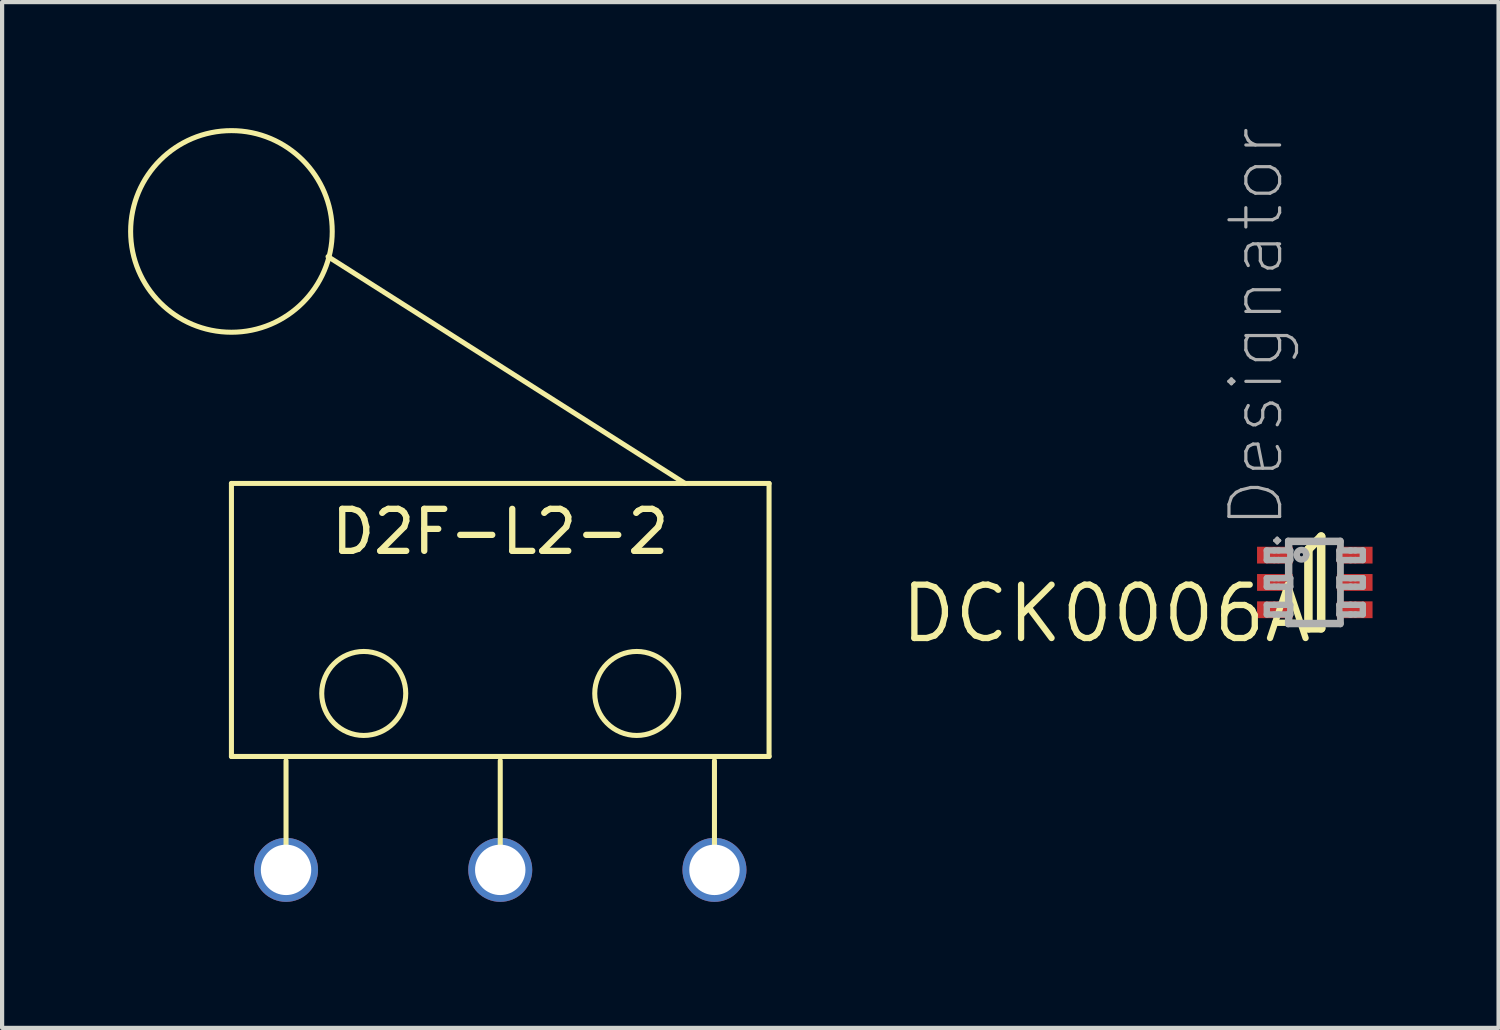
<source format=kicad_pcb>
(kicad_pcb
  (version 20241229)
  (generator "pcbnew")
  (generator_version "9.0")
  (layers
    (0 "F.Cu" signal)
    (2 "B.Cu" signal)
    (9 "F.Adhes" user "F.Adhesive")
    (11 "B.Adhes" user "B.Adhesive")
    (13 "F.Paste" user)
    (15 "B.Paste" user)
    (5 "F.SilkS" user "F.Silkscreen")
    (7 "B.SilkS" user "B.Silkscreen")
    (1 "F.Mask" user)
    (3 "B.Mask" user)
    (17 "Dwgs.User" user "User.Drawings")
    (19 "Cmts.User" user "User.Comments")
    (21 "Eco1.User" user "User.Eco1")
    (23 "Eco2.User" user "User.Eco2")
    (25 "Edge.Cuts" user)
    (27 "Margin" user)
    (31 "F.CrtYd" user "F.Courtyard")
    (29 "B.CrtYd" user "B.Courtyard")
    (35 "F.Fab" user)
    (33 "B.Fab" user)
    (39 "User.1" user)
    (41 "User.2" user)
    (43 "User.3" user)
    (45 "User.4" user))
  (footprint "DCK0006A"
    (layer "F.Cu")
    (at 28.253 10.817)
    (property "Reference" "DCK0006A" (at 0 0 0) (layer "F.SilkS") (effects (font (size 1.27 1.27) (thickness 0.15)) (justify right top)))
    (attr through_hole)
    (fp_line (start -0.152 -0.787) (end 0.152 -1.092) (stroke (width 0.203) (type solid)) (layer "F.SilkS"))
    (fp_line (start -0.152 1.092) (end -0.152 -0.787) (stroke (width 0.203) (type solid)) (layer "F.SilkS"))
    (fp_line (start -0.152 1.092) (end 0.152 1.092) (stroke (width 0.203) (type solid)) (layer "F.SilkS"))
    (fp_line (start 0.152 1.092) (end 0.152 -1.092) (stroke (width 0.203) (type solid)) (layer "F.SilkS"))
    (fp_line (start -1.143 -0.762) (end -0.965 -0.762) (stroke (width 0.152) (type solid)) (layer "F.Fab"))
    (fp_line (start -1.143 -0.533) (end -1.143 -0.762) (stroke (width 0.152) (type solid)) (layer "F.Fab"))
    (fp_line (start -1.143 -0.533) (end -0.965 -0.533) (stroke (width 0.152) (type solid)) (layer "F.Fab"))
    (fp_line (start -1.143 -0.102) (end -0.965 -0.102) (stroke (width 0.152) (type solid)) (layer "F.Fab"))
    (fp_line (start -1.143 0.102) (end -1.143 -0.102) (stroke (width 0.152) (type solid)) (layer "F.Fab"))
    (fp_line (start -1.143 0.102) (end -0.965 0.102) (stroke (width 0.152) (type solid)) (layer "F.Fab"))
    (fp_line (start -1.143 0.533) (end -0.965 0.533) (stroke (width 0.152) (type solid)) (layer "F.Fab"))
    (fp_line (start -1.143 0.762) (end -1.143 0.533) (stroke (width 0.152) (type solid)) (layer "F.Fab"))
    (fp_line (start -1.143 0.762) (end -0.965 0.762) (stroke (width 0.152) (type solid)) (layer "F.Fab"))
    (fp_line (start -0.965 -0.762) (end -0.864 -0.762) (stroke (width 0.152) (type solid)) (layer "F.Fab"))
    (fp_line (start -0.965 -0.533) (end -0.864 -0.533) (stroke (width 0.152) (type solid)) (layer "F.Fab"))
    (fp_line (start -0.965 -0.102) (end -0.864 -0.102) (stroke (width 0.152) (type solid)) (layer "F.Fab"))
    (fp_line (start -0.965 0.102) (end -0.864 0.102) (stroke (width 0.152) (type solid)) (layer "F.Fab"))
    (fp_line (start -0.965 0.533) (end -0.864 0.533) (stroke (width 0.152) (type solid)) (layer "F.Fab"))
    (fp_line (start -0.965 0.762) (end -0.864 0.762) (stroke (width 0.152) (type solid)) (layer "F.Fab"))
    (fp_line (start -0.864 -0.762) (end -0.635 -0.762) (stroke (width 0.152) (type solid)) (layer "F.Fab"))
    (fp_line (start -0.864 -0.533) (end -0.635 -0.533) (stroke (width 0.152) (type solid)) (layer "F.Fab"))
    (fp_line (start -0.864 -0.102) (end -0.635 -0.102) (stroke (width 0.152) (type solid)) (layer "F.Fab"))
    (fp_line (start -0.864 0.102) (end -0.635 0.102) (stroke (width 0.152) (type solid)) (layer "F.Fab"))
    (fp_line (start -0.864 0.533) (end -0.635 0.533) (stroke (width 0.152) (type solid)) (layer "F.Fab"))
    (fp_line (start -0.864 0.762) (end -0.635 0.762) (stroke (width 0.152) (type solid)) (layer "F.Fab"))
    (fp_line (start -0.635 -0.991) (end 0.61 -0.991) (stroke (width 0.152) (type solid)) (layer "F.Fab"))
    (fp_line (start -0.635 -0.762) (end -0.635 -0.991) (stroke (width 0.152) (type solid)) (layer "F.Fab"))
    (fp_line (start -0.635 -0.762) (end -0.584 -0.762) (stroke (width 0.152) (type solid)) (layer "F.Fab"))
    (fp_line (start -0.635 -0.533) (end -0.584 -0.533) (stroke (width 0.152) (type solid)) (layer "F.Fab"))
    (fp_line (start -0.635 -0.102) (end -0.635 -0.533) (stroke (width 0.152) (type solid)) (layer "F.Fab"))
    (fp_line (start -0.635 -0.102) (end -0.584 -0.102) (stroke (width 0.152) (type solid)) (layer "F.Fab"))
    (fp_line (start -0.635 0.102) (end -0.584 0.102) (stroke (width 0.152) (type solid)) (layer "F.Fab"))
    (fp_line (start -0.635 0.533) (end -0.635 0.102) (stroke (width 0.152) (type solid)) (layer "F.Fab"))
    (fp_line (start -0.635 0.533) (end -0.584 0.533) (stroke (width 0.152) (type solid)) (layer "F.Fab"))
    (fp_line (start -0.635 0.762) (end -0.584 0.762) (stroke (width 0.152) (type solid)) (layer "F.Fab"))
    (fp_line (start -0.635 0.991) (end -0.635 0.762) (stroke (width 0.152) (type solid)) (layer "F.Fab"))
    (fp_line (start -0.635 0.991) (end 0.61 0.991) (stroke (width 0.152) (type solid)) (layer "F.Fab"))
    (fp_line (start -0.61 -0.965) (end 0.61 -0.965) (stroke (width 0.152) (type solid)) (layer "F.Fab"))
    (fp_line (start -0.61 -0.762) (end -0.61 -0.965) (stroke (width 0.152) (type solid)) (layer "F.Fab"))
    (fp_line (start -0.61 -0.102) (end -0.61 -0.533) (stroke (width 0.152) (type solid)) (layer "F.Fab"))
    (fp_line (start -0.61 0.533) (end -0.61 0.102) (stroke (width 0.152) (type solid)) (layer "F.Fab"))
    (fp_line (start -0.61 0.965) (end -0.61 0.762) (stroke (width 0.152) (type solid)) (layer "F.Fab"))
    (fp_line (start -0.61 0.965) (end 0.61 0.965) (stroke (width 0.152) (type solid)) (layer "F.Fab"))
    (fp_line (start -0.584 -0.533) (end -0.584 -0.762) (stroke (width 0.152) (type solid)) (layer "F.Fab"))
    (fp_line (start -0.584 0.102) (end -0.584 -0.102) (stroke (width 0.152) (type solid)) (layer "F.Fab"))
    (fp_line (start -0.584 0.762) (end -0.584 0.533) (stroke (width 0.152) (type solid)) (layer "F.Fab"))
    (fp_line (start 0.584 -0.762) (end 0.61 -0.762) (stroke (width 0.152) (type solid)) (layer "F.Fab"))
    (fp_line (start 0.584 -0.533) (end 0.584 -0.762) (stroke (width 0.152) (type solid)) (layer "F.Fab"))
    (fp_line (start 0.584 -0.533) (end 0.61 -0.533) (stroke (width 0.152) (type solid)) (layer "F.Fab"))
    (fp_line (start 0.584 -0.102) (end 0.61 -0.102) (stroke (width 0.152) (type solid)) (layer "F.Fab"))
    (fp_line (start 0.584 0.102) (end 0.584 -0.102) (stroke (width 0.152) (type solid)) (layer "F.Fab"))
    (fp_line (start 0.584 0.102) (end 0.61 0.102) (stroke (width 0.152) (type solid)) (layer "F.Fab"))
    (fp_line (start 0.584 0.533) (end 0.61 0.533) (stroke (width 0.152) (type solid)) (layer "F.Fab"))
    (fp_line (start 0.584 0.762) (end 0.584 0.533) (stroke (width 0.152) (type solid)) (layer "F.Fab"))
    (fp_line (start 0.584 0.762) (end 0.61 0.762) (stroke (width 0.152) (type solid)) (layer "F.Fab"))
    (fp_line (start 0.61 -0.762) (end 0.61 -0.991) (stroke (width 0.152) (type solid)) (layer "F.Fab"))
    (fp_line (start 0.61 -0.762) (end 0.61 -0.965) (stroke (width 0.152) (type solid)) (layer "F.Fab"))
    (fp_line (start 0.61 -0.762) (end 0.838 -0.762) (stroke (width 0.152) (type solid)) (layer "F.Fab"))
    (fp_line (start 0.61 -0.533) (end 0.838 -0.533) (stroke (width 0.152) (type solid)) (layer "F.Fab"))
    (fp_line (start 0.61 -0.102) (end 0.61 -0.533) (stroke (width 0.152) (type solid)) (layer "F.Fab"))
    (fp_line (start 0.61 -0.102) (end 0.61 -0.533) (stroke (width 0.152) (type solid)) (layer "F.Fab"))
    (fp_line (start 0.61 -0.102) (end 0.838 -0.102) (stroke (width 0.152) (type solid)) (layer "F.Fab"))
    (fp_line (start 0.61 0.102) (end 0.838 0.102) (stroke (width 0.152) (type solid)) (layer "F.Fab"))
    (fp_line (start 0.61 0.533) (end 0.61 0.102) (stroke (width 0.152) (type solid)) (layer "F.Fab"))
    (fp_line (start 0.61 0.533) (end 0.61 0.102) (stroke (width 0.152) (type solid)) (layer "F.Fab"))
    (fp_line (start 0.61 0.533) (end 0.838 0.533) (stroke (width 0.152) (type solid)) (layer "F.Fab"))
    (fp_line (start 0.61 0.762) (end 0.838 0.762) (stroke (width 0.152) (type solid)) (layer "F.Fab"))
    (fp_line (start 0.61 0.965) (end 0.61 0.762) (stroke (width 0.152) (type solid)) (layer "F.Fab"))
    (fp_line (start 0.61 0.991) (end 0.61 0.762) (stroke (width 0.152) (type solid)) (layer "F.Fab"))
    (fp_line (start 0.838 -0.762) (end 0.864 -0.762) (stroke (width 0.152) (type solid)) (layer "F.Fab"))
    (fp_line (start 0.838 -0.533) (end 0.864 -0.533) (stroke (width 0.152) (type solid)) (layer "F.Fab"))
    (fp_line (start 0.838 -0.102) (end 0.864 -0.102) (stroke (width 0.152) (type solid)) (layer "F.Fab"))
    (fp_line (start 0.838 0.102) (end 0.864 0.102) (stroke (width 0.152) (type solid)) (layer "F.Fab"))
    (fp_line (start 0.838 0.533) (end 0.864 0.533) (stroke (width 0.152) (type solid)) (layer "F.Fab"))
    (fp_line (start 0.838 0.762) (end 0.864 0.762) (stroke (width 0.152) (type solid)) (layer "F.Fab"))
    (fp_line (start 0.864 -0.762) (end 0.965 -0.762) (stroke (width 0.152) (type solid)) (layer "F.Fab"))
    (fp_line (start 0.864 -0.533) (end 0.965 -0.533) (stroke (width 0.152) (type solid)) (layer "F.Fab"))
    (fp_line (start 0.864 -0.102) (end 0.965 -0.102) (stroke (width 0.152) (type solid)) (layer "F.Fab"))
    (fp_line (start 0.864 0.102) (end 0.965 0.102) (stroke (width 0.152) (type solid)) (layer "F.Fab"))
    (fp_line (start 0.864 0.533) (end 0.965 0.533) (stroke (width 0.152) (type solid)) (layer "F.Fab"))
    (fp_line (start 0.864 0.762) (end 0.965 0.762) (stroke (width 0.152) (type solid)) (layer "F.Fab"))
    (fp_line (start 0.965 -0.762) (end 1.143 -0.762) (stroke (width 0.152) (type solid)) (layer "F.Fab"))
    (fp_line (start 0.965 -0.533) (end 1.143 -0.533) (stroke (width 0.152) (type solid)) (layer "F.Fab"))
    (fp_line (start 0.965 -0.102) (end 1.143 -0.102) (stroke (width 0.152) (type solid)) (layer "F.Fab"))
    (fp_line (start 0.965 0.102) (end 1.143 0.102) (stroke (width 0.152) (type solid)) (layer "F.Fab"))
    (fp_line (start 0.965 0.533) (end 1.143 0.533) (stroke (width 0.152) (type solid)) (layer "F.Fab"))
    (fp_line (start 0.965 0.762) (end 1.143 0.762) (stroke (width 0.152) (type solid)) (layer "F.Fab"))
    (fp_line (start 1.143 -0.533) (end 1.143 -0.762) (stroke (width 0.152) (type solid)) (layer "F.Fab"))
    (fp_line (start 1.143 0.102) (end 1.143 -0.102) (stroke (width 0.152) (type solid)) (layer "F.Fab"))
    (fp_line (start 1.143 0.762) (end 1.143 0.533) (stroke (width 0.152) (type solid)) (layer "F.Fab"))
    (fp_arc (start -0.4318 -0.6604) (mid -0.3175 -0.7747) (end -0.2032 -0.6604) (stroke (width 0.1524) (type solid)) (layer "F.Fab"))
    (fp_arc (start -0.2032 -0.6604) (mid -0.3175 -0.5461) (end -0.4318 -0.6604) (stroke (width 0.1524) (type solid)) (layer "F.Fab"))
    (fp_text user ".Designator" (at -0.686 -0.66 270) (layer "F.Fab") (effects (font (size 1.206 1.206) (thickness 0.076)) (justify left bottom)))
    (pad "1" smd rect (at -0.95 -0.65 90) (size 0.4 0.85) (layers "F.Cu" "F.Mask" "F.Paste"))
    (pad "2" smd rect (at -0.95 0 90) (size 0.4 0.85) (layers "F.Cu" "F.Mask" "F.Paste"))
    (pad "3" smd rect (at -0.95 0.65 90) (size 0.4 0.85) (layers "F.Cu" "F.Mask" "F.Paste"))
    (pad "4" smd rect (at 0.95 0.65 90) (size 0.4 0.85) (layers "F.Cu" "F.Mask" "F.Paste"))
    (pad "5" smd rect (at 0.95 0 90) (size 0.4 0.85) (layers "F.Cu" "F.Mask" "F.Paste"))
    (pad "6" smd rect (at 0.95 -0.65 90) (size 0.4 0.85) (layers "F.Cu" "F.Mask" "F.Paste")))
  (footprint "D2F-L2-2"
    (layer "F.Cu")
    (at 8.86 17.66)
    (property "Reference" "D2F-L2-2" (at 0 -8.05 0) (layer "F.SilkS") (effects (font (size 1 1) (thickness 0.15))))
    (attr through_hole)
    (fp_line (start -6.4 -9.2) (end -6.4 -2.7) (stroke (width 0.12) (type solid)) (layer "F.SilkS"))
    (fp_line (start -6.4 -9.2) (end 6.4 -9.2) (stroke (width 0.12) (type solid)) (layer "F.SilkS"))
    (fp_line (start -5.1 0) (end -5.1 -2.6) (stroke (width 0.12) (type solid)) (layer "F.SilkS"))
    (fp_line (start -4.1 -14.6) (end 4.4 -9.2) (stroke (width 0.12) (type solid)) (layer "F.SilkS"))
    (fp_line (start 0 0) (end 0 -2.6) (stroke (width 0.12) (type solid)) (layer "F.SilkS"))
    (fp_line (start 5.1 0) (end 5.1 -2.6) (stroke (width 0.12) (type solid)) (layer "F.SilkS"))
    (fp_line (start 6.4 -2.7) (end -6.4 -2.7) (stroke (width 0.12) (type solid)) (layer "F.SilkS"))
    (fp_line (start 6.4 -2.7) (end 6.4 -9.2) (stroke (width 0.12) (type solid)) (layer "F.SilkS"))
    (fp_circle (center -6.4 -15.2) (end -4 -15.2) (stroke (width 0.12) (type solid)) (fill no) (layer "F.SilkS"))
    (fp_circle (center -3.25 -4.2) (end -2.25 -4.2) (stroke (width 0.12) (type solid)) (fill no) (layer "F.SilkS"))
    (fp_circle (center 3.25 -4.2) (end 4.25 -4.2) (stroke (width 0.12) (type solid)) (fill no) (layer "F.SilkS"))
    (pad "1" thru_hole circle (at 5.1 0) (size 1.524 1.524) (drill 1.2) (layers "*.Cu" "*.Mask"))
    (pad "2" thru_hole circle (at 0 0) (size 1.524 1.524) (drill 1.2) (layers "*.Cu" "*.Mask"))
    (pad "3" thru_hole circle (at -5.1 0) (size 1.524 1.524) (drill 1.2) (layers "*.Cu" "*.Mask")))
  (gr_rect
    (start -3 -3)
    (end 32.628 21.422)
    (stroke (width 0.1) (type default))
    (fill no)
    (layer "Edge.Cuts")))
</source>
